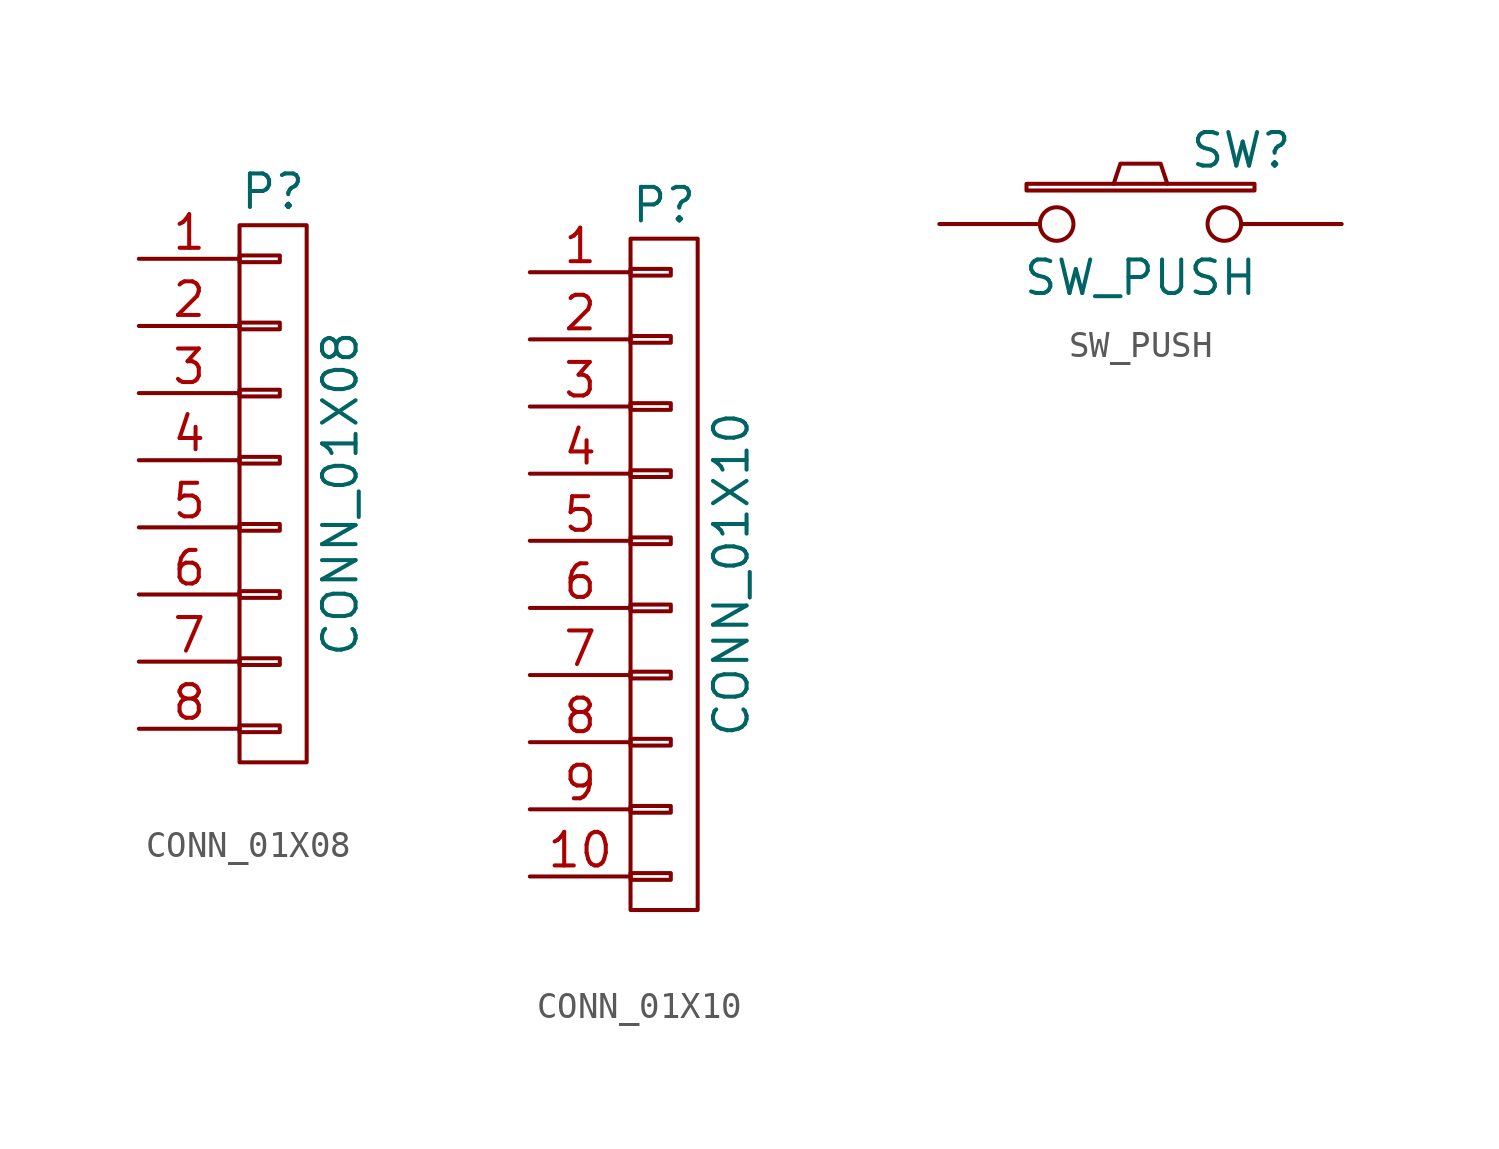
<source format=kicad_sym>
(kicad_symbol_lib
  (version 20211014)
  (generator kicad_symbol_editor)
  (symbol "CONN_01X08"
    (pin_names
      (offset 1.016) hide)
    (property "Reference" "P"
      (at 0 11.43 0)
      (effects (font (size 1.27 1.27))))
    (property "Value" "CONN_01X08"
      (at 2.54 0 90)
      (effects (font (size 1.27 1.27))))
    (property "Footprint" ""
      (at 0 0 0)
      (effects (font (size 1.524 1.524))))
    (property "Datasheet" ""
      (at 0 0 0)
      (effects (font (size 1.524 1.524))))
    (symbol "CONN_01X08_0_1"
      (rectangle (start -1.27 -10.16) (end 1.27 10.16) (stroke (width 0) (type default) (color 0 0 0 0)) (fill (type none)))
      (rectangle (start -1.27 -8.763) (end 0.254 -9.017) (stroke (width 0) (type default) (color 0 0 0 0)) (fill (type none)))
      (rectangle (start -1.27 -6.223) (end 0.254 -6.477) (stroke (width 0) (type default) (color 0 0 0 0)) (fill (type none)))
      (rectangle (start -1.27 -3.683) (end 0.254 -3.937) (stroke (width 0) (type default) (color 0 0 0 0)) (fill (type none)))
      (rectangle (start -1.27 -1.143) (end 0.254 -1.397) (stroke (width 0) (type default) (color 0 0 0 0)) (fill (type none)))
      (rectangle (start -1.27 1.397) (end 0.254 1.143) (stroke (width 0) (type default) (color 0 0 0 0)) (fill (type none)))
      (rectangle (start -1.27 3.937) (end 0.254 3.683) (stroke (width 0) (type default) (color 0 0 0 0)) (fill (type none)))
      (rectangle (start -1.27 6.477) (end 0.254 6.223) (stroke (width 0) (type default) (color 0 0 0 0)) (fill (type none)))
      (rectangle (start -1.27 9.017) (end 0.254 8.763) (stroke (width 0) (type default) (color 0 0 0 0)) (fill (type none))))
    (symbol "CONN_01X08_1_1"
      (pin passive line (at -5.08 8.89 0) (length 3.81) (name "P1" (effects (font (size 1.27 1.27)))) (number "1" (effects (font (size 1.27 1.27)))))
      (pin passive line (at -5.08 6.35 0) (length 3.81) (name "P2" (effects (font (size 1.27 1.27)))) (number "2" (effects (font (size 1.27 1.27)))))
      (pin passive line (at -5.08 3.81 0) (length 3.81) (name "P3" (effects (font (size 1.27 1.27)))) (number "3" (effects (font (size 1.27 1.27)))))
      (pin passive line (at -5.08 1.27 0) (length 3.81) (name "P4" (effects (font (size 1.27 1.27)))) (number "4" (effects (font (size 1.27 1.27)))))
      (pin passive line (at -5.08 -1.27 0) (length 3.81) (name "P5" (effects (font (size 1.27 1.27)))) (number "5" (effects (font (size 1.27 1.27)))))
      (pin passive line (at -5.08 -3.81 0) (length 3.81) (name "P6" (effects (font (size 1.27 1.27)))) (number "6" (effects (font (size 1.27 1.27)))))
      (pin passive line (at -5.08 -6.35 0) (length 3.81) (name "P7" (effects (font (size 1.27 1.27)))) (number "7" (effects (font (size 1.27 1.27)))))
      (pin passive line (at -5.08 -8.89 0) (length 3.81) (name "P8" (effects (font (size 1.27 1.27)))) (number "8" (effects (font (size 1.27 1.27)))))))
  (symbol "CONN_01X10"
    (pin_names
      (offset 1.016) hide)
    (property "Reference" "P"
      (at 0 13.97 0)
      (effects (font (size 1.27 1.27))))
    (property "Value" "CONN_01X10"
      (at 2.54 0 90)
      (effects (font (size 1.27 1.27))))
    (property "Footprint" ""
      (at 0 0 0)
      (effects (font (size 1.524 1.524))))
    (property "Datasheet" ""
      (at 0 0 0)
      (effects (font (size 1.524 1.524))))
    (symbol "CONN_01X10_0_1"
      (rectangle (start -1.27 -11.303) (end 0.254 -11.557) (stroke (width 0) (type default) (color 0 0 0 0)) (fill (type none)))
      (rectangle (start -1.27 -8.763) (end 0.254 -9.017) (stroke (width 0) (type default) (color 0 0 0 0)) (fill (type none)))
      (rectangle (start -1.27 -6.223) (end 0.254 -6.477) (stroke (width 0) (type default) (color 0 0 0 0)) (fill (type none)))
      (rectangle (start -1.27 -3.683) (end 0.254 -3.937) (stroke (width 0) (type default) (color 0 0 0 0)) (fill (type none)))
      (rectangle (start -1.27 -1.143) (end 0.254 -1.397) (stroke (width 0) (type default) (color 0 0 0 0)) (fill (type none)))
      (rectangle (start -1.27 1.397) (end 0.254 1.143) (stroke (width 0) (type default) (color 0 0 0 0)) (fill (type none)))
      (rectangle (start -1.27 3.937) (end 0.254 3.683) (stroke (width 0) (type default) (color 0 0 0 0)) (fill (type none)))
      (rectangle (start -1.27 6.477) (end 0.254 6.223) (stroke (width 0) (type default) (color 0 0 0 0)) (fill (type none)))
      (rectangle (start -1.27 9.017) (end 0.254 8.763) (stroke (width 0) (type default) (color 0 0 0 0)) (fill (type none)))
      (rectangle (start -1.27 11.557) (end 0.254 11.303) (stroke (width 0) (type default) (color 0 0 0 0)) (fill (type none)))
      (rectangle (start -1.27 12.7) (end 1.27 -12.7) (stroke (width 0) (type default) (color 0 0 0 0)) (fill (type none))))
    (symbol "CONN_01X10_1_1"
      (pin passive line (at -5.08 11.43 0) (length 3.81) (name "P1" (effects (font (size 1.27 1.27)))) (number "1" (effects (font (size 1.27 1.27)))))
      (pin passive line (at -5.08 -11.43 0) (length 3.81) (name "P10" (effects (font (size 1.27 1.27)))) (number "10" (effects (font (size 1.27 1.27)))))
      (pin passive line (at -5.08 8.89 0) (length 3.81) (name "P2" (effects (font (size 1.27 1.27)))) (number "2" (effects (font (size 1.27 1.27)))))
      (pin passive line (at -5.08 6.35 0) (length 3.81) (name "P3" (effects (font (size 1.27 1.27)))) (number "3" (effects (font (size 1.27 1.27)))))
      (pin passive line (at -5.08 3.81 0) (length 3.81) (name "P4" (effects (font (size 1.27 1.27)))) (number "4" (effects (font (size 1.27 1.27)))))
      (pin passive line (at -5.08 1.27 0) (length 3.81) (name "P5" (effects (font (size 1.27 1.27)))) (number "5" (effects (font (size 1.27 1.27)))))
      (pin passive line (at -5.08 -1.27 0) (length 3.81) (name "P6" (effects (font (size 1.27 1.27)))) (number "6" (effects (font (size 1.27 1.27)))))
      (pin passive line (at -5.08 -3.81 0) (length 3.81) (name "P7" (effects (font (size 1.27 1.27)))) (number "7" (effects (font (size 1.27 1.27)))))
      (pin passive line (at -5.08 -6.35 0) (length 3.81) (name "P8" (effects (font (size 1.27 1.27)))) (number "8" (effects (font (size 1.27 1.27)))))
      (pin passive line (at -5.08 -8.89 0) (length 3.81) (name "P9" (effects (font (size 1.27 1.27)))) (number "9" (effects (font (size 1.27 1.27)))))))
  (symbol "SW_PUSH"
    (pin_numbers hide)
    (pin_names
      (offset 1.016) hide)
    (property "Reference" "SW"
      (at 3.81 2.794 0)
      (effects (font (size 1.27 1.27))))
    (property "Value" "SW_PUSH"
      (at 0 -2.032 0)
      (effects (font (size 1.27 1.27))))
    (property "Footprint" ""
      (at 0 0 0)
      (effects (font (size 1.524 1.524))))
    (property "Datasheet" ""
      (at 0 0 0)
      (effects (font (size 1.524 1.524))))
    (symbol "SW_PUSH_0_1"
      (rectangle (start -4.318 1.27) (end 4.318 1.524) (stroke (width 0) (type default) (color 0 0 0 0)) (fill (type none)))
      (polyline (pts (xy -1.016 1.524) (xy -0.762 2.286) (xy 0.762 2.286) (xy 1.016 1.524)) (stroke (width 0) (type default) (color 0 0 0 0)) (fill (type none)))
      (pin passive inverted (at -7.62 0 0) (length 5.08) (name "1" (effects (font (size 1.524 1.524)))) (number "1" (effects (font (size 1.524 1.524)))))
      (pin passive inverted (at 7.62 0 180) (length 5.08) (name "2" (effects (font (size 1.524 1.524)))) (number "2" (effects (font (size 1.524 1.524))))))))
</source>
